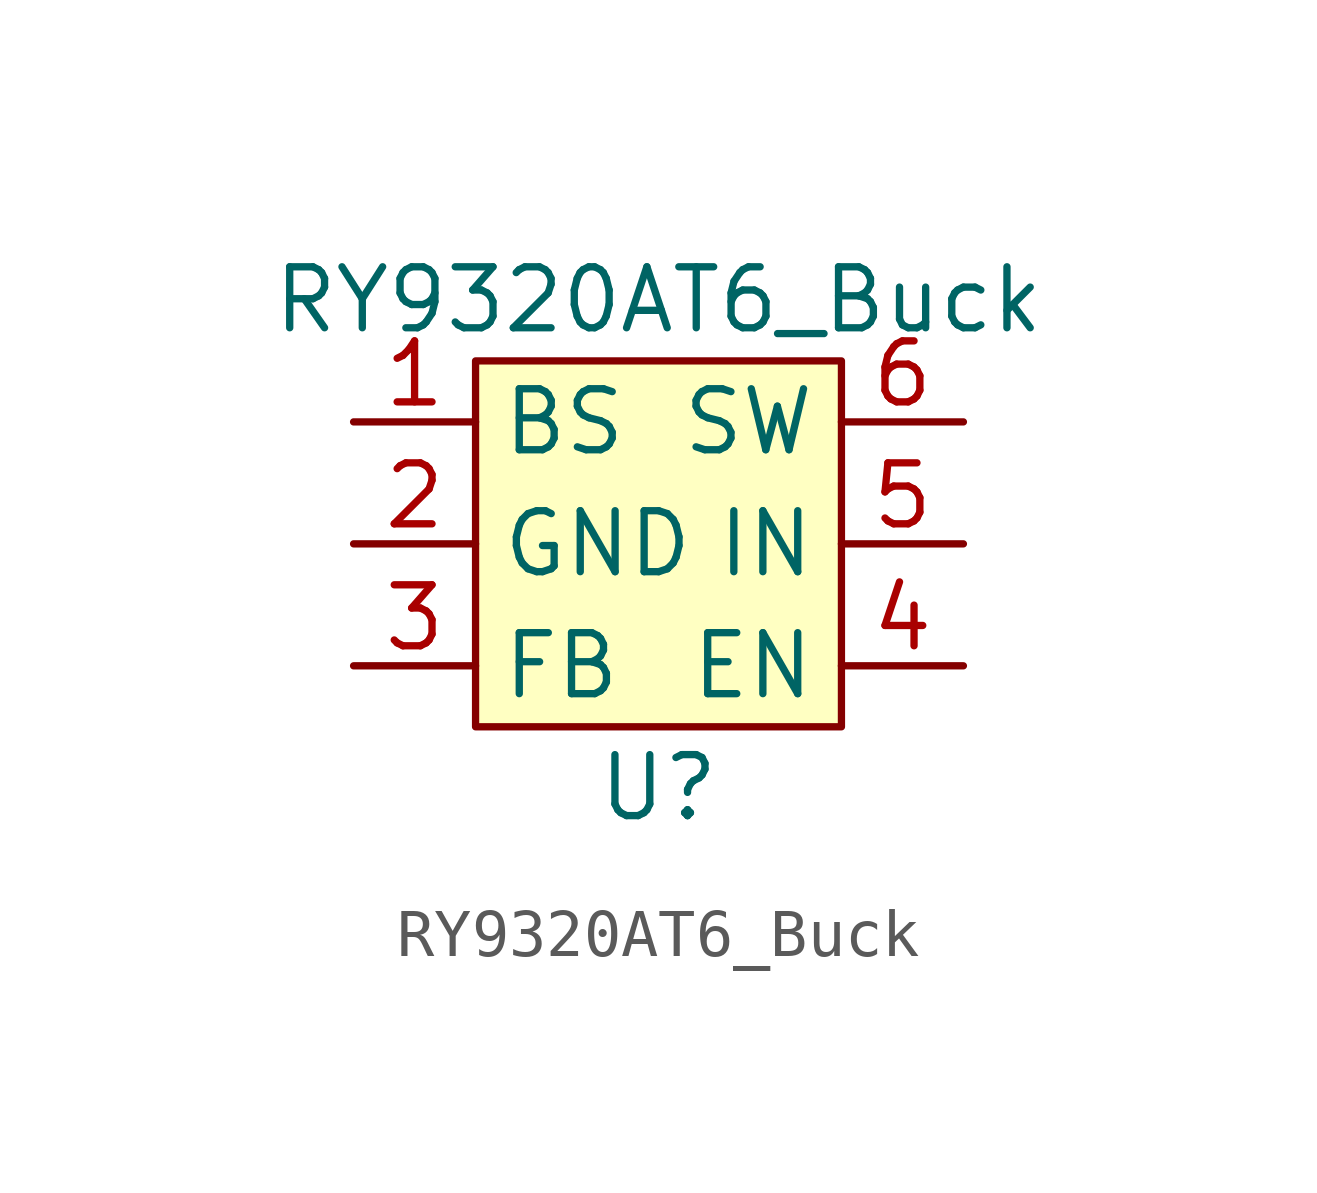
<source format=kicad_sym>
(kicad_symbol_lib
  (version 20211014)
  (generator kicad_symbol_editor)
  (symbol "RY9320AT6_Buck"
    (property "Reference" "U"
      (at 0 -5.08 0)
      (effects (font (size 1.27 1.27))))
    (property "Value" "RY9320AT6_Buck"
      (at 0 5.08 0)
      (effects (font (size 1.27 1.27))))
    (symbol "RY9320AT6_Buck_0_1"
      (rectangle (start -3.81 3.81) (end 3.81 -3.81) (stroke (width 0.152) (type default) (color 0 0 0 0)) (fill (type background))))
    (symbol "RY9320AT6_Buck_1_1"
      (pin bidirectional line (at -6.35 2.54 0) (length 2.54) (name "BS" (effects (font (size 1.27 1.27)))) (number "1" (effects (font (size 1.27 1.27)))))
      (pin bidirectional line (at -6.35 0 0) (length 2.54) (name "GND" (effects (font (size 1.27 1.27)))) (number "2" (effects (font (size 1.27 1.27)))))
      (pin bidirectional line (at -6.35 -2.54 0) (length 2.54) (name "FB" (effects (font (size 1.27 1.27)))) (number "3" (effects (font (size 1.27 1.27)))))
      (pin bidirectional line (at 6.35 -2.54 180) (length 2.54) (name "EN" (effects (font (size 1.27 1.27)))) (number "4" (effects (font (size 1.27 1.27)))))
      (pin bidirectional line (at 6.35 0 180) (length 2.54) (name "IN" (effects (font (size 1.27 1.27)))) (number "5" (effects (font (size 1.27 1.27)))))
      (pin bidirectional line (at 6.35 2.54 180) (length 2.54) (name "SW" (effects (font (size 1.27 1.27)))) (number "6" (effects (font (size 1.27 1.27))))))))
</source>
